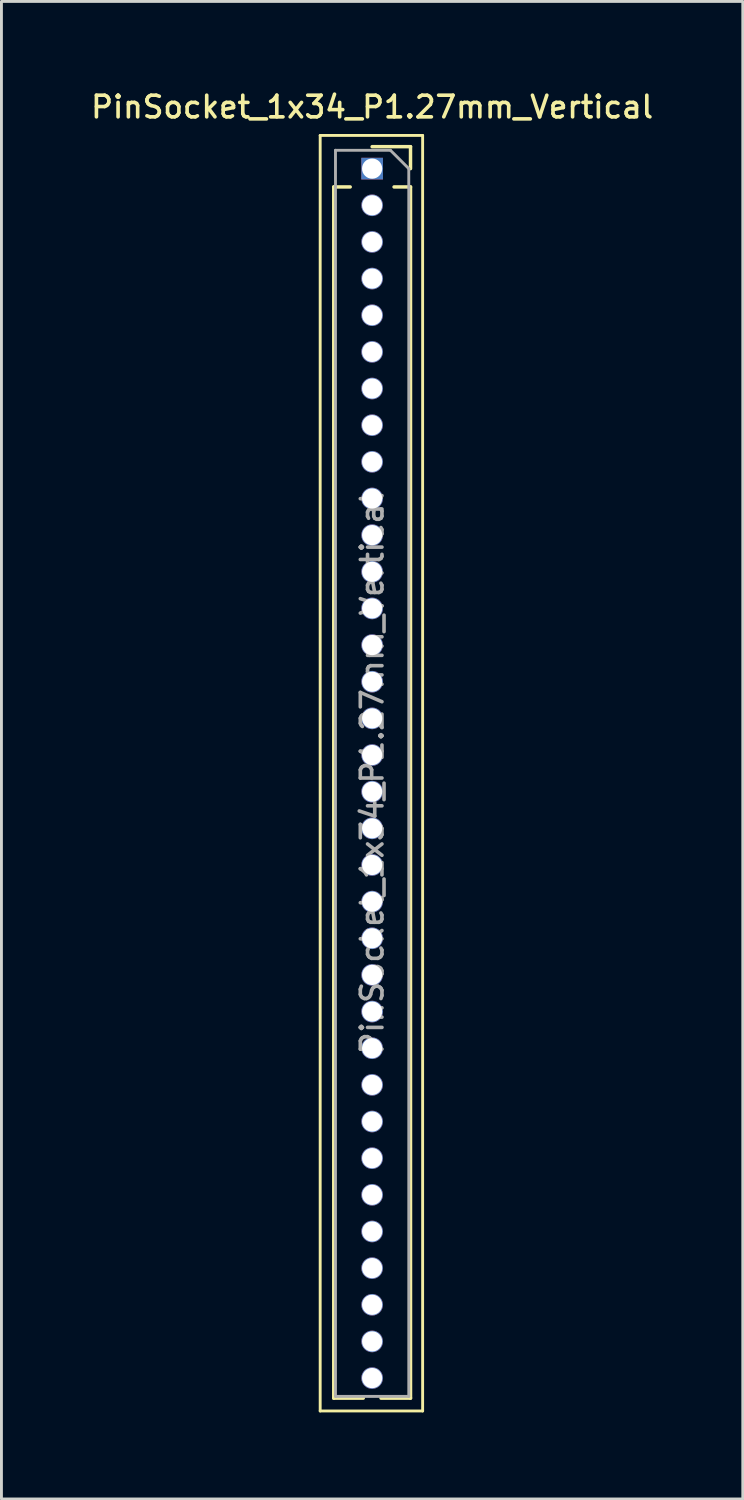
<source format=kicad_pcb>
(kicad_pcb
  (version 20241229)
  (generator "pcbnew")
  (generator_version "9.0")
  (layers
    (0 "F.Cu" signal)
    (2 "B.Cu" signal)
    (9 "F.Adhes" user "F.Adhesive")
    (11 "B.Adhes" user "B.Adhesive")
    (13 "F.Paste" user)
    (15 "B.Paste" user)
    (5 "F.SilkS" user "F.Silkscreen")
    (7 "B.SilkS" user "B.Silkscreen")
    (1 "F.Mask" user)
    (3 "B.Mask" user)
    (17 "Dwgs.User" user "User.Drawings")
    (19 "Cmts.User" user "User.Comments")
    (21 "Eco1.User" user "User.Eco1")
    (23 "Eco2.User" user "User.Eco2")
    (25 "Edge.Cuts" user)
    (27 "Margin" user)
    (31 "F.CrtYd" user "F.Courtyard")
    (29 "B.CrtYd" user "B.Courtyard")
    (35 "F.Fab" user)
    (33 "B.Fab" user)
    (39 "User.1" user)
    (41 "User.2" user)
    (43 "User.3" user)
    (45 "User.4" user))
  (footprint "PinSocket_1x34_P1.27mm_Vertical"
    (layer "F.Cu")
    (at 9.845 2.793)
    (property "Reference" "PinSocket_1x34_P1.27mm_Vertical" (at 0 -2.135 0) (layer "F.SilkS") (effects (font (size 0.75 0.75) (thickness 0.125))))
    (attr through_hole)
    (fp_line (start -1.8 -1.15) (end 1.75 -1.15) (stroke (width 0.1) (type solid)) (layer "F.SilkS"))
    (fp_line (start -1.8 43.05) (end -1.8 -1.15) (stroke (width 0.1) (type solid)) (layer "F.SilkS"))
    (fp_line (start -1.33 0.635) (end -1.33 42.605) (stroke (width 0.12) (type solid)) (layer "F.SilkS"))
    (fp_line (start -1.33 0.635) (end -0.76 0.635) (stroke (width 0.12) (type solid)) (layer "F.SilkS"))
    (fp_line (start -1.33 42.605) (end -0.308 42.605) (stroke (width 0.12) (type solid)) (layer "F.SilkS"))
    (fp_line (start 0 -0.76) (end 1.33 -0.76) (stroke (width 0.12) (type solid)) (layer "F.SilkS"))
    (fp_line (start 0.308 42.605) (end 1.33 42.605) (stroke (width 0.12) (type solid)) (layer "F.SilkS"))
    (fp_line (start 0.76 0.635) (end 1.33 0.635) (stroke (width 0.12) (type solid)) (layer "F.SilkS"))
    (fp_line (start 1.33 -0.76) (end 1.33 0) (stroke (width 0.12) (type solid)) (layer "F.SilkS"))
    (fp_line (start 1.33 0.635) (end 1.33 42.605) (stroke (width 0.12) (type solid)) (layer "F.SilkS"))
    (fp_line (start 1.75 -1.15) (end 1.75 43.05) (stroke (width 0.1) (type solid)) (layer "F.SilkS"))
    (fp_line (start 1.75 43.05) (end -1.8 43.05) (stroke (width 0.1) (type solid)) (layer "F.SilkS"))
    (fp_line (start -1.27 -0.635) (end 0.635 -0.635) (stroke (width 0.1) (type solid)) (layer "F.Fab"))
    (fp_line (start -1.27 42.545) (end -1.27 -0.635) (stroke (width 0.1) (type solid)) (layer "F.Fab"))
    (fp_line (start 0.635 -0.635) (end 1.27 0) (stroke (width 0.1) (type solid)) (layer "F.Fab"))
    (fp_line (start 1.27 0) (end 1.27 42.545) (stroke (width 0.1) (type solid)) (layer "F.Fab"))
    (fp_line (start 1.27 42.545) (end -1.27 42.545) (stroke (width 0.1) (type solid)) (layer "F.Fab"))
    (fp_text user "${REFERENCE}" (at 0 20.955 90) (layer "F.Fab") (effects (font (size 0.75 0.75) (thickness 0.125))))
    (pad "1" thru_hole rect (at 0 0) (size 0.75 0.75) (drill 0.7) (layers "*.Cu" "*.Mask"))
    (pad "2" thru_hole oval (at 0 1.27) (size 0.75 0.75) (drill 0.7) (layers "*.Cu" "*.Mask"))
    (pad "3" thru_hole oval (at 0 2.54) (size 0.75 0.75) (drill 0.7) (layers "*.Cu" "*.Mask"))
    (pad "4" thru_hole oval (at 0 3.81) (size 0.75 0.75) (drill 0.7) (layers "*.Cu" "*.Mask"))
    (pad "5" thru_hole oval (at 0 5.08) (size 0.75 0.75) (drill 0.7) (layers "*.Cu" "*.Mask"))
    (pad "6" thru_hole oval (at 0 6.35) (size 0.75 0.75) (drill 0.7) (layers "*.Cu" "*.Mask"))
    (pad "7" thru_hole oval (at 0 7.62) (size 0.75 0.75) (drill 0.7) (layers "*.Cu" "*.Mask"))
    (pad "8" thru_hole oval (at 0 8.89) (size 0.75 0.75) (drill 0.7) (layers "*.Cu" "*.Mask"))
    (pad "9" thru_hole oval (at 0 10.16) (size 0.75 0.75) (drill 0.7) (layers "*.Cu" "*.Mask"))
    (pad "10" thru_hole oval (at 0 11.43) (size 0.75 0.75) (drill 0.7) (layers "*.Cu" "*.Mask"))
    (pad "11" thru_hole oval (at 0 12.7) (size 0.75 0.75) (drill 0.7) (layers "*.Cu" "*.Mask"))
    (pad "12" thru_hole oval (at 0 13.97) (size 0.75 0.75) (drill 0.7) (layers "*.Cu" "*.Mask"))
    (pad "13" thru_hole oval (at 0 15.24) (size 0.75 0.75) (drill 0.7) (layers "*.Cu" "*.Mask"))
    (pad "14" thru_hole oval (at 0 16.51) (size 0.75 0.75) (drill 0.7) (layers "*.Cu" "*.Mask"))
    (pad "15" thru_hole oval (at 0 17.78) (size 0.75 0.75) (drill 0.7) (layers "*.Cu" "*.Mask"))
    (pad "16" thru_hole oval (at 0 19.05) (size 0.75 0.75) (drill 0.7) (layers "*.Cu" "*.Mask"))
    (pad "17" thru_hole oval (at 0 20.32) (size 0.75 0.75) (drill 0.7) (layers "*.Cu" "*.Mask"))
    (pad "18" thru_hole oval (at 0 21.59) (size 0.75 0.75) (drill 0.7) (layers "*.Cu" "*.Mask"))
    (pad "19" thru_hole oval (at 0 22.86) (size 0.75 0.75) (drill 0.7) (layers "*.Cu" "*.Mask"))
    (pad "20" thru_hole oval (at 0 24.13) (size 0.75 0.75) (drill 0.7) (layers "*.Cu" "*.Mask"))
    (pad "21" thru_hole oval (at 0 25.4) (size 0.75 0.75) (drill 0.7) (layers "*.Cu" "*.Mask"))
    (pad "22" thru_hole oval (at 0 26.67) (size 0.75 0.75) (drill 0.7) (layers "*.Cu" "*.Mask"))
    (pad "23" thru_hole oval (at 0 27.94) (size 0.75 0.75) (drill 0.7) (layers "*.Cu" "*.Mask"))
    (pad "24" thru_hole oval (at 0 29.21) (size 0.75 0.75) (drill 0.7) (layers "*.Cu" "*.Mask"))
    (pad "25" thru_hole oval (at 0 30.48) (size 0.75 0.75) (drill 0.7) (layers "*.Cu" "*.Mask"))
    (pad "26" thru_hole oval (at 0 31.75) (size 0.75 0.75) (drill 0.7) (layers "*.Cu" "*.Mask"))
    (pad "27" thru_hole oval (at 0 33.02) (size 0.75 0.75) (drill 0.7) (layers "*.Cu" "*.Mask"))
    (pad "28" thru_hole oval (at 0 34.29) (size 0.75 0.75) (drill 0.7) (layers "*.Cu" "*.Mask"))
    (pad "29" thru_hole oval (at 0 35.56) (size 0.75 0.75) (drill 0.7) (layers "*.Cu" "*.Mask"))
    (pad "30" thru_hole oval (at 0 36.83) (size 0.75 0.75) (drill 0.7) (layers "*.Cu" "*.Mask"))
    (pad "31" thru_hole oval (at 0 38.1) (size 0.75 0.75) (drill 0.7) (layers "*.Cu" "*.Mask"))
    (pad "32" thru_hole oval (at 0 39.37) (size 0.75 0.75) (drill 0.7) (layers "*.Cu" "*.Mask"))
    (pad "33" thru_hole oval (at 0 40.64) (size 0.75 0.75) (drill 0.7) (layers "*.Cu" "*.Mask"))
    (pad "34" thru_hole oval (at 0 41.91) (size 0.75 0.75) (drill 0.7) (layers "*.Cu" "*.Mask")))
  (gr_rect
    (start -3 -3)
    (end 22.689 48.893)
    (stroke (width 0.1) (type default))
    (fill no)
    (layer "Edge.Cuts")))
</source>
